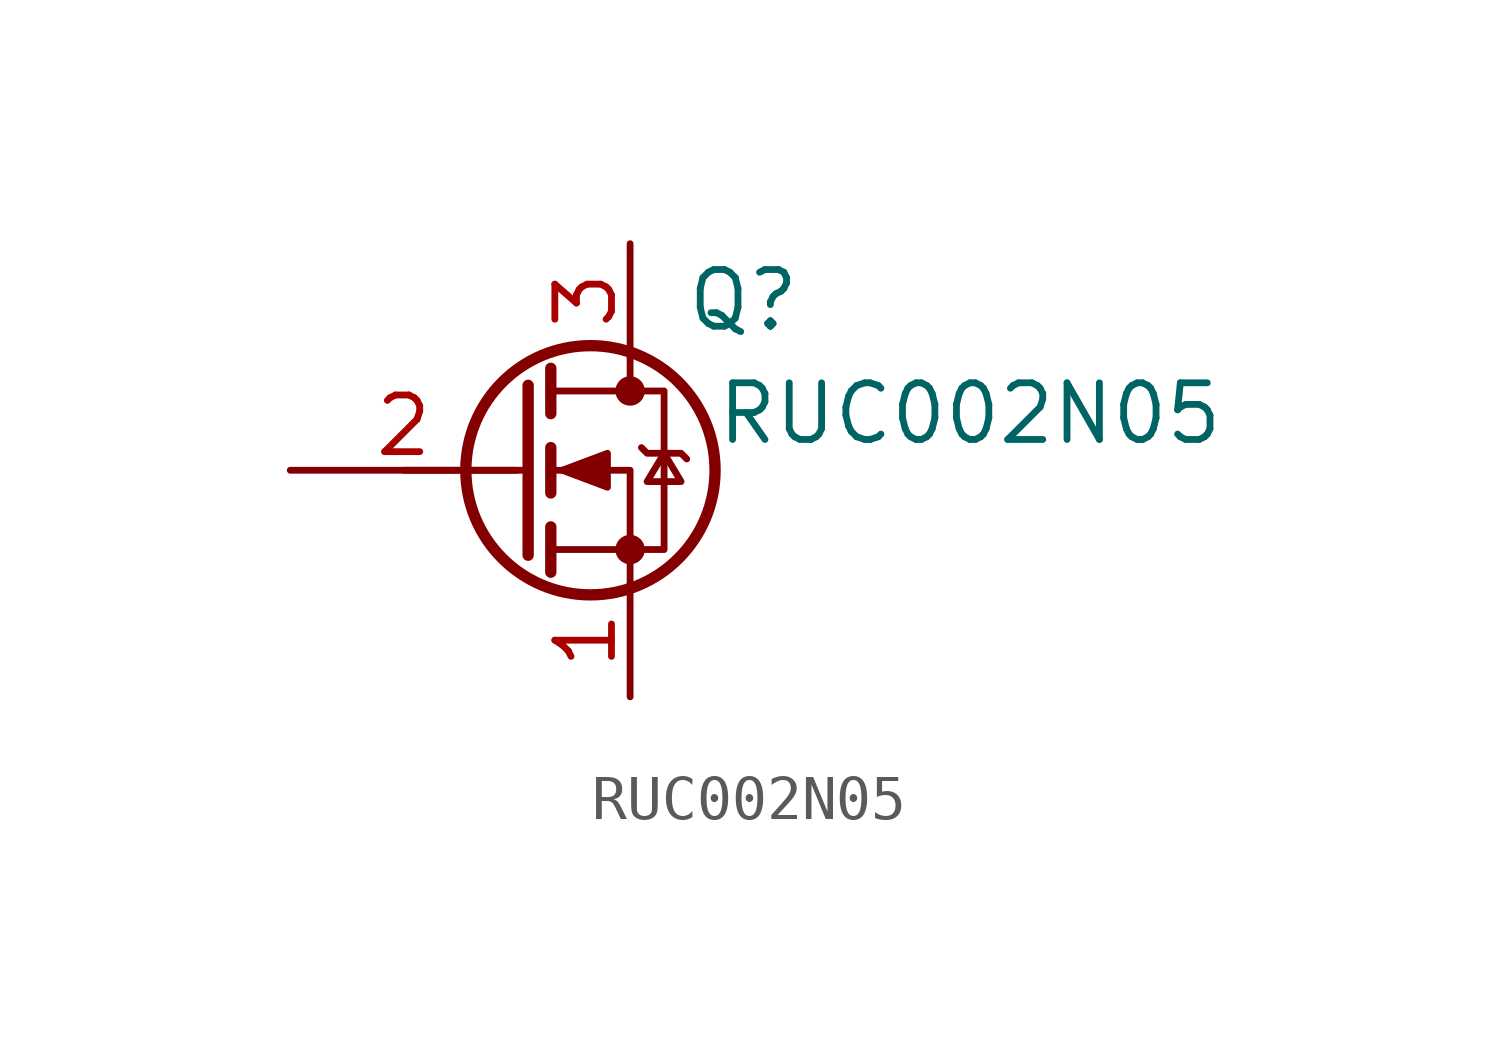
<source format=kicad_sym>
(kicad_symbol_lib
  (version 20220914)
  (generator kicad_symbol_editor)
  (symbol "RUC002N05"
    (pin_names hide)
    (property "Reference" "Q"
      (at 3.81 3.81 0)
      (effects (font (size 1.27 1.27))))
    (property "Value" "RUC002N05"
      (at 8.89 1.27 0)
      (effects (font (size 1.27 1.27))))
    (symbol "RUC002N05_0_1"
      (polyline (pts (xy -1.016 0) (xy -3.81 0)) (stroke (width 0) (type default)) (fill (type none)))
      (polyline (pts (xy -1.016 1.905) (xy -1.016 -1.905)) (stroke (width 0.254) (type default)) (fill (type none)))
      (polyline (pts (xy -0.508 -1.27) (xy -0.508 -2.286)) (stroke (width 0.254) (type default)) (fill (type none)))
      (polyline (pts (xy -0.508 0.508) (xy -0.508 -0.508)) (stroke (width 0.254) (type default)) (fill (type none)))
      (polyline (pts (xy -0.508 2.286) (xy -0.508 1.27)) (stroke (width 0.254) (type default)) (fill (type none)))
      (polyline (pts (xy 1.27 2.54) (xy 1.27 1.778)) (stroke (width 0) (type default)) (fill (type none)))
      (polyline (pts (xy 1.27 -2.54) (xy 1.27 0) (xy -0.508 0)) (stroke (width 0) (type default)) (fill (type none)))
      (polyline (pts (xy -0.508 -1.778) (xy 2.032 -1.778) (xy 2.032 1.778) (xy -0.508 1.778)) (stroke (width 0) (type default)) (fill (type none)))
      (polyline (pts (xy -0.254 0) (xy 0.762 0.381) (xy 0.762 -0.381) (xy -0.254 0)) (stroke (width 0) (type default)) (fill (type outline)))
      (polyline (pts (xy 1.524 0.508) (xy 1.651 0.381) (xy 2.413 0.381) (xy 2.54 0.254)) (stroke (width 0) (type default)) (fill (type none)))
      (polyline (pts (xy 2.032 0.381) (xy 1.651 -0.254) (xy 2.413 -0.254) (xy 2.032 0.381)) (stroke (width 0) (type default)) (fill (type none)))
      (circle (center 0.381 0) (radius 2.794) (stroke (width 0.254) (type default)) (fill (type none)))
      (circle (center 1.27 -1.778) (radius 0.254) (stroke (width 0) (type default)) (fill (type outline)))
      (circle (center 1.27 1.778) (radius 0.254) (stroke (width 0) (type default)) (fill (type outline))))
    (symbol "RUC002N05_1_1"
      (pin passive line (at 1.27 -5.08 90) (length 2.54) (name "S" (effects (font (size 1.27 1.27)))) (number "1" (effects (font (size 1.27 1.27)))))
      (pin input line (at -6.35 0 0) (length 5.08) (name "G" (effects (font (size 1.27 1.27)))) (number "2" (effects (font (size 1.27 1.27)))))
      (pin passive line (at 1.27 5.08 270) (length 2.54) (name "D" (effects (font (size 1.27 1.27)))) (number "3" (effects (font (size 1.27 1.27))))))))
</source>
